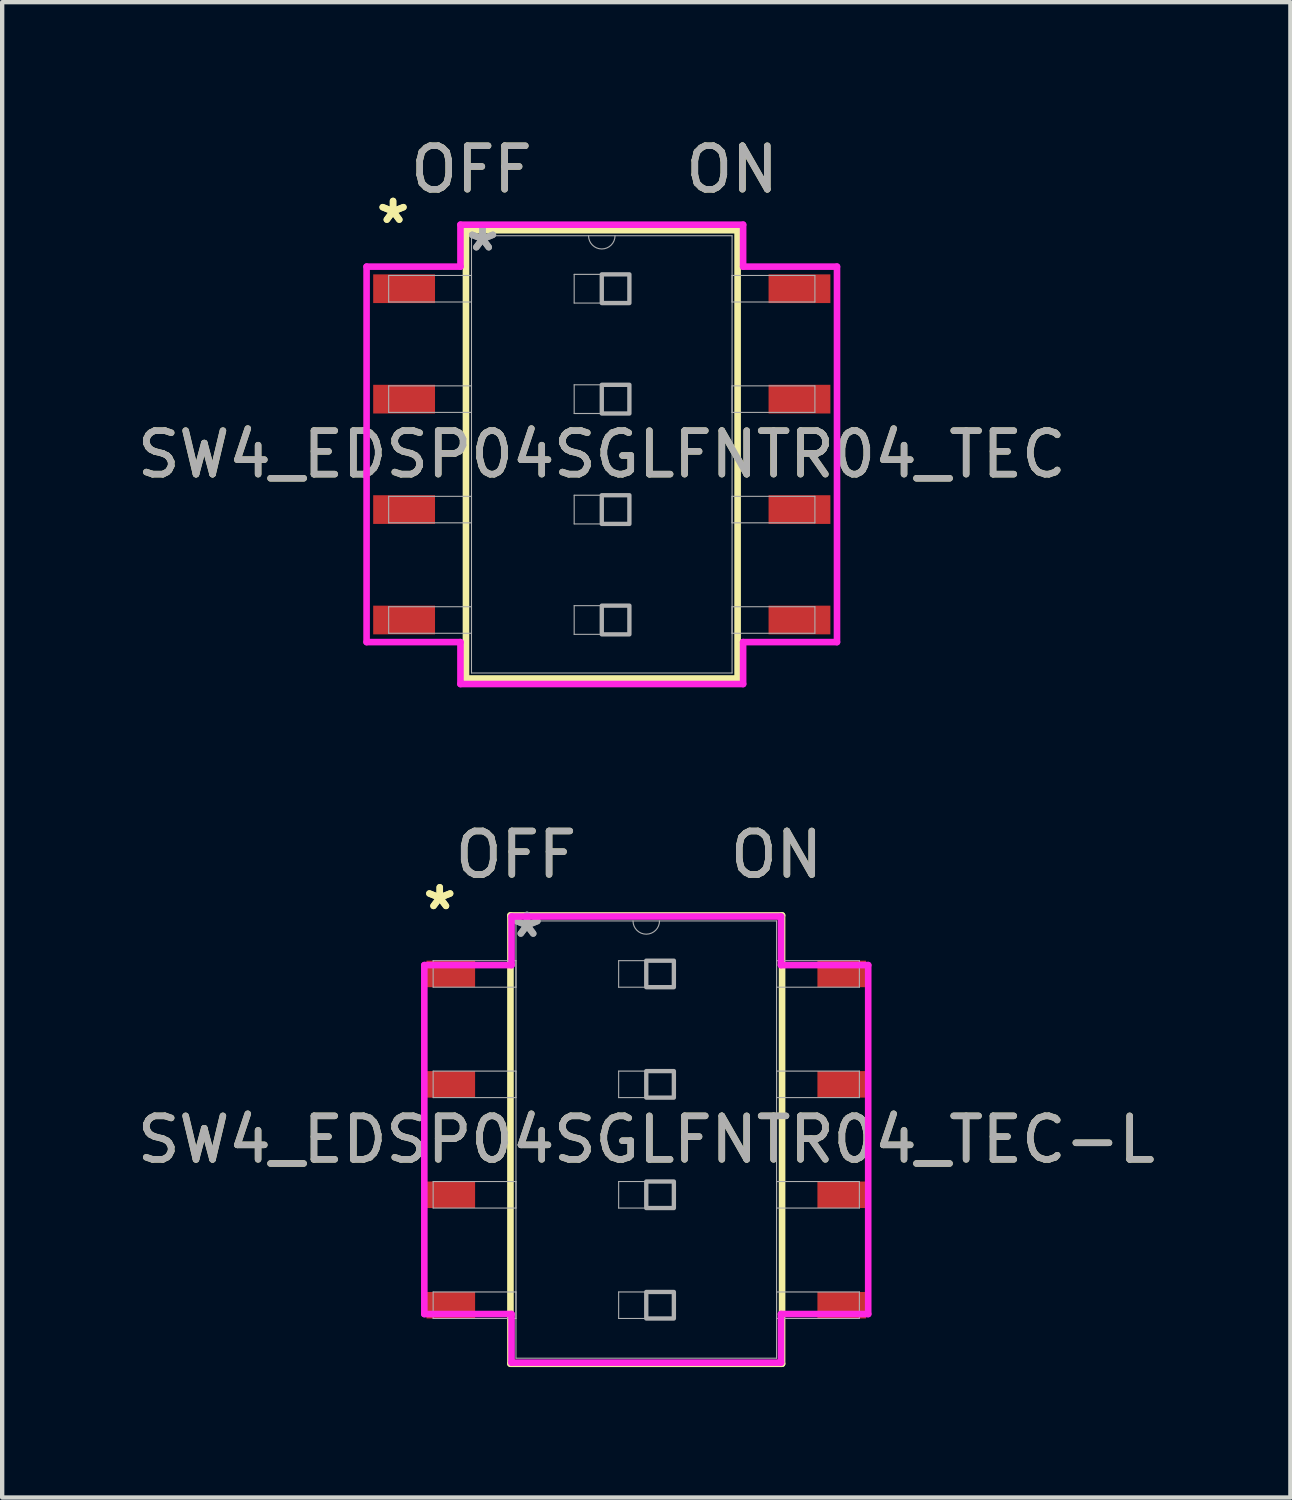
<source format=kicad_pcb>
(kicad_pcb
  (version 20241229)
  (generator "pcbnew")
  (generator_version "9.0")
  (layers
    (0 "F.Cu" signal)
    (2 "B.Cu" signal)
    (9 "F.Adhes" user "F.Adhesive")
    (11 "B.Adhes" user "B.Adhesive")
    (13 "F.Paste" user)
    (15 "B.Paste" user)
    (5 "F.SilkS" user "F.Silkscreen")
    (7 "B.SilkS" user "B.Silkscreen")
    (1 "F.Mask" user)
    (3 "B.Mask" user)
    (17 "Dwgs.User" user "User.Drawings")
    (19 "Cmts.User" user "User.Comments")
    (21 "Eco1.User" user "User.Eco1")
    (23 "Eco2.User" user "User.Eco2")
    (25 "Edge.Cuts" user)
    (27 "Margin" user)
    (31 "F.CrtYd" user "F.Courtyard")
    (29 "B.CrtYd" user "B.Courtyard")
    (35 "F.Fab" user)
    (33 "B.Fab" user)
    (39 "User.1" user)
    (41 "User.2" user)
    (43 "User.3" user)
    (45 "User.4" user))
  (footprint "SW4_EDSP04SGLFNTR04_TEC-L"
    (layer "F.Cu")
    (at 11.815 23.162)
    (property "Reference" "SW4_EDSP04SGLFNTR04_TEC-L" (at 0 0 0) (unlocked yes) (layer "F.SilkS") (effects (font (size 1 1) (thickness 0.15))))
    (attr smd)
    (fp_line (start -3.124 -5.156) (end -3.124 5.156) (stroke (width 0.152) (type solid)) (layer "F.SilkS"))
    (fp_line (start -3.124 5.156) (end 3.124 5.156) (stroke (width 0.152) (type solid)) (layer "F.SilkS"))
    (fp_line (start 3.124 -5.156) (end -3.124 -5.156) (stroke (width 0.152) (type solid)) (layer "F.SilkS"))
    (fp_line (start 3.124 5.156) (end 3.124 -5.156) (stroke (width 0.152) (type solid)) (layer "F.SilkS"))
    (fp_line (start -5.105 -4.013) (end -3.099 -4.013) (stroke (width 0.152) (type solid)) (layer "F.CrtYd"))
    (fp_line (start -5.105 4.013) (end -5.105 -4.013) (stroke (width 0.152) (type solid)) (layer "F.CrtYd"))
    (fp_line (start -3.099 -5.131) (end 3.099 -5.131) (stroke (width 0.152) (type solid)) (layer "F.CrtYd"))
    (fp_line (start -3.099 -4.013) (end -3.099 -5.131) (stroke (width 0.152) (type solid)) (layer "F.CrtYd"))
    (fp_line (start -3.099 4.013) (end -5.105 4.013) (stroke (width 0.152) (type solid)) (layer "F.CrtYd"))
    (fp_line (start -3.099 5.131) (end -3.099 4.013) (stroke (width 0.152) (type solid)) (layer "F.CrtYd"))
    (fp_line (start 3.099 -5.131) (end 3.099 -4.013) (stroke (width 0.152) (type solid)) (layer "F.CrtYd"))
    (fp_line (start 3.099 -4.013) (end 5.105 -4.013) (stroke (width 0.152) (type solid)) (layer "F.CrtYd"))
    (fp_line (start 3.099 4.013) (end 3.099 5.131) (stroke (width 0.152) (type solid)) (layer "F.CrtYd"))
    (fp_line (start 3.099 5.131) (end -3.099 5.131) (stroke (width 0.152) (type solid)) (layer "F.CrtYd"))
    (fp_line (start 5.105 -4.013) (end 5.105 4.013) (stroke (width 0.152) (type solid)) (layer "F.CrtYd"))
    (fp_line (start 5.105 4.013) (end 3.099 4.013) (stroke (width 0.152) (type solid)) (layer "F.CrtYd"))
    (fp_line (start -4.902 -4.115) (end -4.902 -3.505) (stroke (width 0.025) (type solid)) (layer "F.Fab"))
    (fp_line (start -4.902 -3.505) (end -2.997 -3.505) (stroke (width 0.025) (type solid)) (layer "F.Fab"))
    (fp_line (start -4.902 -1.575) (end -4.902 -0.965) (stroke (width 0.025) (type solid)) (layer "F.Fab"))
    (fp_line (start -4.902 -0.965) (end -2.997 -0.965) (stroke (width 0.025) (type solid)) (layer "F.Fab"))
    (fp_line (start -4.902 0.965) (end -4.902 1.575) (stroke (width 0.025) (type solid)) (layer "F.Fab"))
    (fp_line (start -4.902 1.575) (end -2.997 1.575) (stroke (width 0.025) (type solid)) (layer "F.Fab"))
    (fp_line (start -4.902 3.505) (end -4.902 4.115) (stroke (width 0.025) (type solid)) (layer "F.Fab"))
    (fp_line (start -4.902 4.115) (end -2.997 4.115) (stroke (width 0.025) (type solid)) (layer "F.Fab"))
    (fp_line (start -2.997 -5.029) (end -2.997 5.029) (stroke (width 0.025) (type solid)) (layer "F.Fab"))
    (fp_line (start -2.997 -4.115) (end -4.902 -4.115) (stroke (width 0.025) (type solid)) (layer "F.Fab"))
    (fp_line (start -2.997 -3.505) (end -2.997 -4.115) (stroke (width 0.025) (type solid)) (layer "F.Fab"))
    (fp_line (start -2.997 -1.575) (end -4.902 -1.575) (stroke (width 0.025) (type solid)) (layer "F.Fab"))
    (fp_line (start -2.997 -0.965) (end -2.997 -1.575) (stroke (width 0.025) (type solid)) (layer "F.Fab"))
    (fp_line (start -2.997 0.965) (end -4.902 0.965) (stroke (width 0.025) (type solid)) (layer "F.Fab"))
    (fp_line (start -2.997 1.575) (end -2.997 0.965) (stroke (width 0.025) (type solid)) (layer "F.Fab"))
    (fp_line (start -2.997 3.505) (end -4.902 3.505) (stroke (width 0.025) (type solid)) (layer "F.Fab"))
    (fp_line (start -2.997 4.115) (end -2.997 3.505) (stroke (width 0.025) (type solid)) (layer "F.Fab"))
    (fp_line (start -2.997 5.029) (end 2.997 5.029) (stroke (width 0.025) (type solid)) (layer "F.Fab"))
    (fp_line (start -0.635 -4.115) (end 0.635 -4.115) (stroke (width 0.025) (type solid)) (layer "F.Fab"))
    (fp_line (start -0.635 -3.505) (end -0.635 -4.115) (stroke (width 0.025) (type solid)) (layer "F.Fab"))
    (fp_line (start -0.635 -1.575) (end 0.635 -1.575) (stroke (width 0.025) (type solid)) (layer "F.Fab"))
    (fp_line (start -0.635 -0.965) (end -0.635 -1.575) (stroke (width 0.025) (type solid)) (layer "F.Fab"))
    (fp_line (start -0.635 0.965) (end 0.635 0.965) (stroke (width 0.025) (type solid)) (layer "F.Fab"))
    (fp_line (start -0.635 1.575) (end -0.635 0.965) (stroke (width 0.025) (type solid)) (layer "F.Fab"))
    (fp_line (start -0.635 3.505) (end 0.635 3.505) (stroke (width 0.025) (type solid)) (layer "F.Fab"))
    (fp_line (start -0.635 4.115) (end -0.635 3.505) (stroke (width 0.025) (type solid)) (layer "F.Fab"))
    (fp_line (start 0.635 -4.115) (end 0.635 -3.505) (stroke (width 0.025) (type solid)) (layer "F.Fab"))
    (fp_line (start 0.635 -3.505) (end -0.635 -3.505) (stroke (width 0.025) (type solid)) (layer "F.Fab"))
    (fp_line (start 0.635 -1.575) (end 0.635 -0.965) (stroke (width 0.025) (type solid)) (layer "F.Fab"))
    (fp_line (start 0.635 -0.965) (end -0.635 -0.965) (stroke (width 0.025) (type solid)) (layer "F.Fab"))
    (fp_line (start 0.635 0.965) (end 0.635 1.575) (stroke (width 0.025) (type solid)) (layer "F.Fab"))
    (fp_line (start 0.635 1.575) (end -0.635 1.575) (stroke (width 0.025) (type solid)) (layer "F.Fab"))
    (fp_line (start 0.635 3.505) (end 0.635 4.115) (stroke (width 0.025) (type solid)) (layer "F.Fab"))
    (fp_line (start 0.635 4.115) (end -0.635 4.115) (stroke (width 0.025) (type solid)) (layer "F.Fab"))
    (fp_line (start 2.997 -5.029) (end -2.997 -5.029) (stroke (width 0.025) (type solid)) (layer "F.Fab"))
    (fp_line (start 2.997 -4.115) (end 2.997 -3.505) (stroke (width 0.025) (type solid)) (layer "F.Fab"))
    (fp_line (start 2.997 -3.505) (end 4.902 -3.505) (stroke (width 0.025) (type solid)) (layer "F.Fab"))
    (fp_line (start 2.997 -1.575) (end 2.997 -0.965) (stroke (width 0.025) (type solid)) (layer "F.Fab"))
    (fp_line (start 2.997 -0.965) (end 4.902 -0.965) (stroke (width 0.025) (type solid)) (layer "F.Fab"))
    (fp_line (start 2.997 0.965) (end 2.997 1.575) (stroke (width 0.025) (type solid)) (layer "F.Fab"))
    (fp_line (start 2.997 1.575) (end 4.902 1.575) (stroke (width 0.025) (type solid)) (layer "F.Fab"))
    (fp_line (start 2.997 3.505) (end 2.997 4.115) (stroke (width 0.025) (type solid)) (layer "F.Fab"))
    (fp_line (start 2.997 4.115) (end 4.902 4.115) (stroke (width 0.025) (type solid)) (layer "F.Fab"))
    (fp_line (start 2.997 5.029) (end 2.997 -5.029) (stroke (width 0.025) (type solid)) (layer "F.Fab"))
    (fp_line (start 4.902 -4.115) (end 2.997 -4.115) (stroke (width 0.025) (type solid)) (layer "F.Fab"))
    (fp_line (start 4.902 -3.505) (end 4.902 -4.115) (stroke (width 0.025) (type solid)) (layer "F.Fab"))
    (fp_line (start 4.902 -1.575) (end 2.997 -1.575) (stroke (width 0.025) (type solid)) (layer "F.Fab"))
    (fp_line (start 4.902 -0.965) (end 4.902 -1.575) (stroke (width 0.025) (type solid)) (layer "F.Fab"))
    (fp_line (start 4.902 0.965) (end 2.997 0.965) (stroke (width 0.025) (type solid)) (layer "F.Fab"))
    (fp_line (start 4.902 1.575) (end 4.902 0.965) (stroke (width 0.025) (type solid)) (layer "F.Fab"))
    (fp_line (start 4.902 3.505) (end 2.997 3.505) (stroke (width 0.025) (type solid)) (layer "F.Fab"))
    (fp_line (start 4.902 4.115) (end 4.902 3.505) (stroke (width 0.025) (type solid)) (layer "F.Fab"))
    (fp_arc (start 0.3048 -5.0292) (mid 0 -4.7244) (end -0.3048 -5.0292) (stroke (width 0.0254) (type solid)) (layer "F.Fab"))
    (fp_poly (pts (xy 0 -4.115) (xy 0.635 -4.115) (xy 0.635 -3.505) (xy 0 -3.505)) (stroke (width 0.1) (type solid)) (fill no) (layer "F.Fab"))
    (fp_poly (pts (xy 0 -1.575) (xy 0.635 -1.575) (xy 0.635 -0.965) (xy 0 -0.965)) (stroke (width 0.1) (type solid)) (fill no) (layer "F.Fab"))
    (fp_poly (pts (xy 0 0.965) (xy 0.635 0.965) (xy 0.635 1.575) (xy 0 1.575)) (stroke (width 0.1) (type solid)) (fill no) (layer "F.Fab"))
    (fp_poly (pts (xy 0 3.505) (xy 0.635 3.505) (xy 0.635 4.115) (xy 0 4.115)) (stroke (width 0.1) (type solid)) (fill no) (layer "F.Fab"))
    (fp_text user "*" (at -4.75 -5.258 0) (layer "F.SilkS") (effects (font (size 1 1) (thickness 0.15))))
    (fp_text user "OFF" (at -2.997 -6.553 0) (unlocked yes) (layer "F.SilkS") (effects (font (size 1 1) (thickness 0.15))))
    (fp_text user "*" (at -4.75 -5.258 0) (unlocked yes) (layer "F.SilkS") (effects (font (size 1 1) (thickness 0.15))))
    (fp_text user "ON" (at 2.997 -6.553 0) (unlocked yes) (layer "F.SilkS") (effects (font (size 1 1) (thickness 0.15))))
    (fp_text user "*" (at -2.743 -4.623 0) (layer "F.Fab") (effects (font (size 1 1) (thickness 0.15))))
    (fp_text user "OFF" (at -2.997 -6.553 0) (unlocked yes) (layer "F.Fab") (effects (font (size 1 1) (thickness 0.15))))
    (fp_text user "*" (at -2.743 -4.623 0) (unlocked yes) (layer "F.Fab") (effects (font (size 1 1) (thickness 0.15))))
    (fp_text user "${REFERENCE}" (at 0 0 0) (unlocked yes) (layer "F.Fab") (effects (font (size 1 1) (thickness 0.15))))
    (fp_text user "ON" (at 2.997 -6.553 0) (unlocked yes) (layer "F.Fab") (effects (font (size 1 1) (thickness 0.15))))
    (pad "1" smd rect (at -4.496 -3.81) (size 1.118 0.61) (layers "F.Cu" "F.Mask" "F.Paste"))
    (pad "2" smd rect (at -4.496 -1.27) (size 1.118 0.61) (layers "F.Cu" "F.Mask" "F.Paste"))
    (pad "3" smd rect (at -4.496 1.27) (size 1.118 0.61) (layers "F.Cu" "F.Mask" "F.Paste"))
    (pad "4" smd rect (at -4.496 3.81) (size 1.118 0.61) (layers "F.Cu" "F.Mask" "F.Paste"))
    (pad "5" smd rect (at 4.496 3.81) (size 1.118 0.61) (layers "F.Cu" "F.Mask" "F.Paste"))
    (pad "6" smd rect (at 4.496 1.27) (size 1.118 0.61) (layers "F.Cu" "F.Mask" "F.Paste"))
    (pad "7" smd rect (at 4.496 -1.27) (size 1.118 0.61) (layers "F.Cu" "F.Mask" "F.Paste"))
    (pad "8" smd rect (at 4.496 -3.81) (size 1.118 0.61) (layers "F.Cu" "F.Mask" "F.Paste")))
  (footprint "SW4_EDSP04SGLFNTR04_TEC"
    (layer "F.Cu")
    (at 10.792 7.401)
    (property "Reference" "SW4_EDSP04SGLFNTR04_TEC" (at 0 0 0) (unlocked yes) (layer "F.SilkS") (effects (font (size 1 1) (thickness 0.15))))
    (attr smd)
    (fp_line (start -3.124 -5.156) (end -3.124 5.156) (stroke (width 0.152) (type solid)) (layer "F.SilkS"))
    (fp_line (start -3.124 5.156) (end 3.124 5.156) (stroke (width 0.152) (type solid)) (layer "F.SilkS"))
    (fp_line (start 3.124 -5.156) (end -3.124 -5.156) (stroke (width 0.152) (type solid)) (layer "F.SilkS"))
    (fp_line (start 3.124 5.156) (end 3.124 -5.156) (stroke (width 0.152) (type solid)) (layer "F.SilkS"))
    (fp_line (start -5.41 -4.318) (end -3.251 -4.318) (stroke (width 0.152) (type solid)) (layer "F.CrtYd"))
    (fp_line (start -5.41 4.318) (end -5.41 -4.318) (stroke (width 0.152) (type solid)) (layer "F.CrtYd"))
    (fp_line (start -3.251 -5.283) (end 3.251 -5.283) (stroke (width 0.152) (type solid)) (layer "F.CrtYd"))
    (fp_line (start -3.251 -4.318) (end -3.251 -5.283) (stroke (width 0.152) (type solid)) (layer "F.CrtYd"))
    (fp_line (start -3.251 4.318) (end -5.41 4.318) (stroke (width 0.152) (type solid)) (layer "F.CrtYd"))
    (fp_line (start -3.251 5.283) (end -3.251 4.318) (stroke (width 0.152) (type solid)) (layer "F.CrtYd"))
    (fp_line (start 3.251 -5.283) (end 3.251 -4.318) (stroke (width 0.152) (type solid)) (layer "F.CrtYd"))
    (fp_line (start 3.251 -4.318) (end 5.41 -4.318) (stroke (width 0.152) (type solid)) (layer "F.CrtYd"))
    (fp_line (start 3.251 4.318) (end 3.251 5.283) (stroke (width 0.152) (type solid)) (layer "F.CrtYd"))
    (fp_line (start 3.251 5.283) (end -3.251 5.283) (stroke (width 0.152) (type solid)) (layer "F.CrtYd"))
    (fp_line (start 5.41 -4.318) (end 5.41 4.318) (stroke (width 0.152) (type solid)) (layer "F.CrtYd"))
    (fp_line (start 5.41 4.318) (end 3.251 4.318) (stroke (width 0.152) (type solid)) (layer "F.CrtYd"))
    (fp_line (start -4.902 -4.115) (end -4.902 -3.505) (stroke (width 0.025) (type solid)) (layer "F.Fab"))
    (fp_line (start -4.902 -3.505) (end -2.997 -3.505) (stroke (width 0.025) (type solid)) (layer "F.Fab"))
    (fp_line (start -4.902 -1.575) (end -4.902 -0.965) (stroke (width 0.025) (type solid)) (layer "F.Fab"))
    (fp_line (start -4.902 -0.965) (end -2.997 -0.965) (stroke (width 0.025) (type solid)) (layer "F.Fab"))
    (fp_line (start -4.902 0.965) (end -4.902 1.575) (stroke (width 0.025) (type solid)) (layer "F.Fab"))
    (fp_line (start -4.902 1.575) (end -2.997 1.575) (stroke (width 0.025) (type solid)) (layer "F.Fab"))
    (fp_line (start -4.902 3.505) (end -4.902 4.115) (stroke (width 0.025) (type solid)) (layer "F.Fab"))
    (fp_line (start -4.902 4.115) (end -2.997 4.115) (stroke (width 0.025) (type solid)) (layer "F.Fab"))
    (fp_line (start -2.997 -5.029) (end -2.997 5.029) (stroke (width 0.025) (type solid)) (layer "F.Fab"))
    (fp_line (start -2.997 -4.115) (end -4.902 -4.115) (stroke (width 0.025) (type solid)) (layer "F.Fab"))
    (fp_line (start -2.997 -3.505) (end -2.997 -4.115) (stroke (width 0.025) (type solid)) (layer "F.Fab"))
    (fp_line (start -2.997 -1.575) (end -4.902 -1.575) (stroke (width 0.025) (type solid)) (layer "F.Fab"))
    (fp_line (start -2.997 -0.965) (end -2.997 -1.575) (stroke (width 0.025) (type solid)) (layer "F.Fab"))
    (fp_line (start -2.997 0.965) (end -4.902 0.965) (stroke (width 0.025) (type solid)) (layer "F.Fab"))
    (fp_line (start -2.997 1.575) (end -2.997 0.965) (stroke (width 0.025) (type solid)) (layer "F.Fab"))
    (fp_line (start -2.997 3.505) (end -4.902 3.505) (stroke (width 0.025) (type solid)) (layer "F.Fab"))
    (fp_line (start -2.997 4.115) (end -2.997 3.505) (stroke (width 0.025) (type solid)) (layer "F.Fab"))
    (fp_line (start -2.997 5.029) (end 2.997 5.029) (stroke (width 0.025) (type solid)) (layer "F.Fab"))
    (fp_line (start -0.635 -4.14) (end 0.635 -4.14) (stroke (width 0.025) (type solid)) (layer "F.Fab"))
    (fp_line (start -0.635 -3.48) (end -0.635 -4.14) (stroke (width 0.025) (type solid)) (layer "F.Fab"))
    (fp_line (start -0.635 -1.6) (end 0.635 -1.6) (stroke (width 0.025) (type solid)) (layer "F.Fab"))
    (fp_line (start -0.635 -0.94) (end -0.635 -1.6) (stroke (width 0.025) (type solid)) (layer "F.Fab"))
    (fp_line (start -0.635 0.94) (end 0.635 0.94) (stroke (width 0.025) (type solid)) (layer "F.Fab"))
    (fp_line (start -0.635 1.6) (end -0.635 0.94) (stroke (width 0.025) (type solid)) (layer "F.Fab"))
    (fp_line (start -0.635 3.48) (end 0.635 3.48) (stroke (width 0.025) (type solid)) (layer "F.Fab"))
    (fp_line (start -0.635 4.14) (end -0.635 3.48) (stroke (width 0.025) (type solid)) (layer "F.Fab"))
    (fp_line (start 0.635 -4.14) (end 0.635 -3.48) (stroke (width 0.025) (type solid)) (layer "F.Fab"))
    (fp_line (start 0.635 -3.48) (end -0.635 -3.48) (stroke (width 0.025) (type solid)) (layer "F.Fab"))
    (fp_line (start 0.635 -1.6) (end 0.635 -0.94) (stroke (width 0.025) (type solid)) (layer "F.Fab"))
    (fp_line (start 0.635 -0.94) (end -0.635 -0.94) (stroke (width 0.025) (type solid)) (layer "F.Fab"))
    (fp_line (start 0.635 0.94) (end 0.635 1.6) (stroke (width 0.025) (type solid)) (layer "F.Fab"))
    (fp_line (start 0.635 1.6) (end -0.635 1.6) (stroke (width 0.025) (type solid)) (layer "F.Fab"))
    (fp_line (start 0.635 3.48) (end 0.635 4.14) (stroke (width 0.025) (type solid)) (layer "F.Fab"))
    (fp_line (start 0.635 4.14) (end -0.635 4.14) (stroke (width 0.025) (type solid)) (layer "F.Fab"))
    (fp_line (start 2.997 -5.029) (end -2.997 -5.029) (stroke (width 0.025) (type solid)) (layer "F.Fab"))
    (fp_line (start 2.997 -4.115) (end 2.997 -3.505) (stroke (width 0.025) (type solid)) (layer "F.Fab"))
    (fp_line (start 2.997 -3.505) (end 4.902 -3.505) (stroke (width 0.025) (type solid)) (layer "F.Fab"))
    (fp_line (start 2.997 -1.575) (end 2.997 -0.965) (stroke (width 0.025) (type solid)) (layer "F.Fab"))
    (fp_line (start 2.997 -0.965) (end 4.902 -0.965) (stroke (width 0.025) (type solid)) (layer "F.Fab"))
    (fp_line (start 2.997 0.965) (end 2.997 1.575) (stroke (width 0.025) (type solid)) (layer "F.Fab"))
    (fp_line (start 2.997 1.575) (end 4.902 1.575) (stroke (width 0.025) (type solid)) (layer "F.Fab"))
    (fp_line (start 2.997 3.505) (end 2.997 4.115) (stroke (width 0.025) (type solid)) (layer "F.Fab"))
    (fp_line (start 2.997 4.115) (end 4.902 4.115) (stroke (width 0.025) (type solid)) (layer "F.Fab"))
    (fp_line (start 2.997 5.029) (end 2.997 -5.029) (stroke (width 0.025) (type solid)) (layer "F.Fab"))
    (fp_line (start 4.902 -4.115) (end 2.997 -4.115) (stroke (width 0.025) (type solid)) (layer "F.Fab"))
    (fp_line (start 4.902 -3.505) (end 4.902 -4.115) (stroke (width 0.025) (type solid)) (layer "F.Fab"))
    (fp_line (start 4.902 -1.575) (end 2.997 -1.575) (stroke (width 0.025) (type solid)) (layer "F.Fab"))
    (fp_line (start 4.902 -0.965) (end 4.902 -1.575) (stroke (width 0.025) (type solid)) (layer "F.Fab"))
    (fp_line (start 4.902 0.965) (end 2.997 0.965) (stroke (width 0.025) (type solid)) (layer "F.Fab"))
    (fp_line (start 4.902 1.575) (end 4.902 0.965) (stroke (width 0.025) (type solid)) (layer "F.Fab"))
    (fp_line (start 4.902 3.505) (end 2.997 3.505) (stroke (width 0.025) (type solid)) (layer "F.Fab"))
    (fp_line (start 4.902 4.115) (end 4.902 3.505) (stroke (width 0.025) (type solid)) (layer "F.Fab"))
    (fp_arc (start 0.3048 -5.0292) (mid 0 -4.7244) (end -0.3048 -5.0292) (stroke (width 0.0254) (type solid)) (layer "F.Fab"))
    (fp_poly (pts (xy 0 -4.14) (xy 0.635 -4.14) (xy 0.635 -3.48) (xy 0 -3.48)) (stroke (width 0.1) (type solid)) (fill no) (layer "F.Fab"))
    (fp_poly (pts (xy 0 -1.6) (xy 0.635 -1.6) (xy 0.635 -0.94) (xy 0 -0.94)) (stroke (width 0.1) (type solid)) (fill no) (layer "F.Fab"))
    (fp_poly (pts (xy 0 0.94) (xy 0.635 0.94) (xy 0.635 1.6) (xy 0 1.6)) (stroke (width 0.1) (type solid)) (fill no) (layer "F.Fab"))
    (fp_poly (pts (xy 0 3.48) (xy 0.635 3.48) (xy 0.635 4.14) (xy 0 4.14)) (stroke (width 0.1) (type solid)) (fill no) (layer "F.Fab"))
    (fp_text user "ON" (at 2.997 -6.553 0) (unlocked yes) (layer "F.SilkS") (effects (font (size 1 1) (thickness 0.15))))
    (fp_text user "*" (at -4.801 -5.283 0) (layer "F.SilkS") (effects (font (size 1 1) (thickness 0.15))))
    (fp_text user "OFF" (at -2.997 -6.553 0) (unlocked yes) (layer "F.SilkS") (effects (font (size 1 1) (thickness 0.15))))
    (fp_text user "*" (at -4.801 -5.283 0) (unlocked yes) (layer "F.SilkS") (effects (font (size 1 1) (thickness 0.15))))
    (fp_text user "${REFERENCE}" (at 0 0 0) (unlocked yes) (layer "F.Fab") (effects (font (size 1 1) (thickness 0.15))))
    (fp_text user "*" (at -2.743 -4.648 0) (layer "F.Fab") (effects (font (size 1 1) (thickness 0.15))))
    (fp_text user "OFF" (at -2.997 -6.553 0) (unlocked yes) (layer "F.Fab") (effects (font (size 1 1) (thickness 0.15))))
    (fp_text user "ON" (at 2.997 -6.553 0) (unlocked yes) (layer "F.Fab") (effects (font (size 1 1) (thickness 0.15))))
    (fp_text user "*" (at -2.743 -4.648 0) (unlocked yes) (layer "F.Fab") (effects (font (size 1 1) (thickness 0.15))))
    (pad "1" smd rect (at -4.547 -3.81) (size 1.422 0.66) (layers "F.Cu" "F.Mask" "F.Paste"))
    (pad "2" smd rect (at -4.547 -1.27) (size 1.422 0.66) (layers "F.Cu" "F.Mask" "F.Paste"))
    (pad "3" smd rect (at -4.547 1.27) (size 1.422 0.66) (layers "F.Cu" "F.Mask" "F.Paste"))
    (pad "4" smd rect (at -4.547 3.81) (size 1.422 0.66) (layers "F.Cu" "F.Mask" "F.Paste"))
    (pad "5" smd rect (at 4.547 3.81) (size 1.422 0.66) (layers "F.Cu" "F.Mask" "F.Paste"))
    (pad "6" smd rect (at 4.547 1.27) (size 1.422 0.66) (layers "F.Cu" "F.Mask" "F.Paste"))
    (pad "7" smd rect (at 4.547 -1.27) (size 1.422 0.66) (layers "F.Cu" "F.Mask" "F.Paste"))
    (pad "8" smd rect (at 4.547 -3.81) (size 1.422 0.66) (layers "F.Cu" "F.Mask" "F.Paste")))
  (gr_rect
    (start -3 -3)
    (end 26.631 31.395)
    (stroke (width 0.1) (type default))
    (fill no)
    (layer "Edge.Cuts")))
</source>
